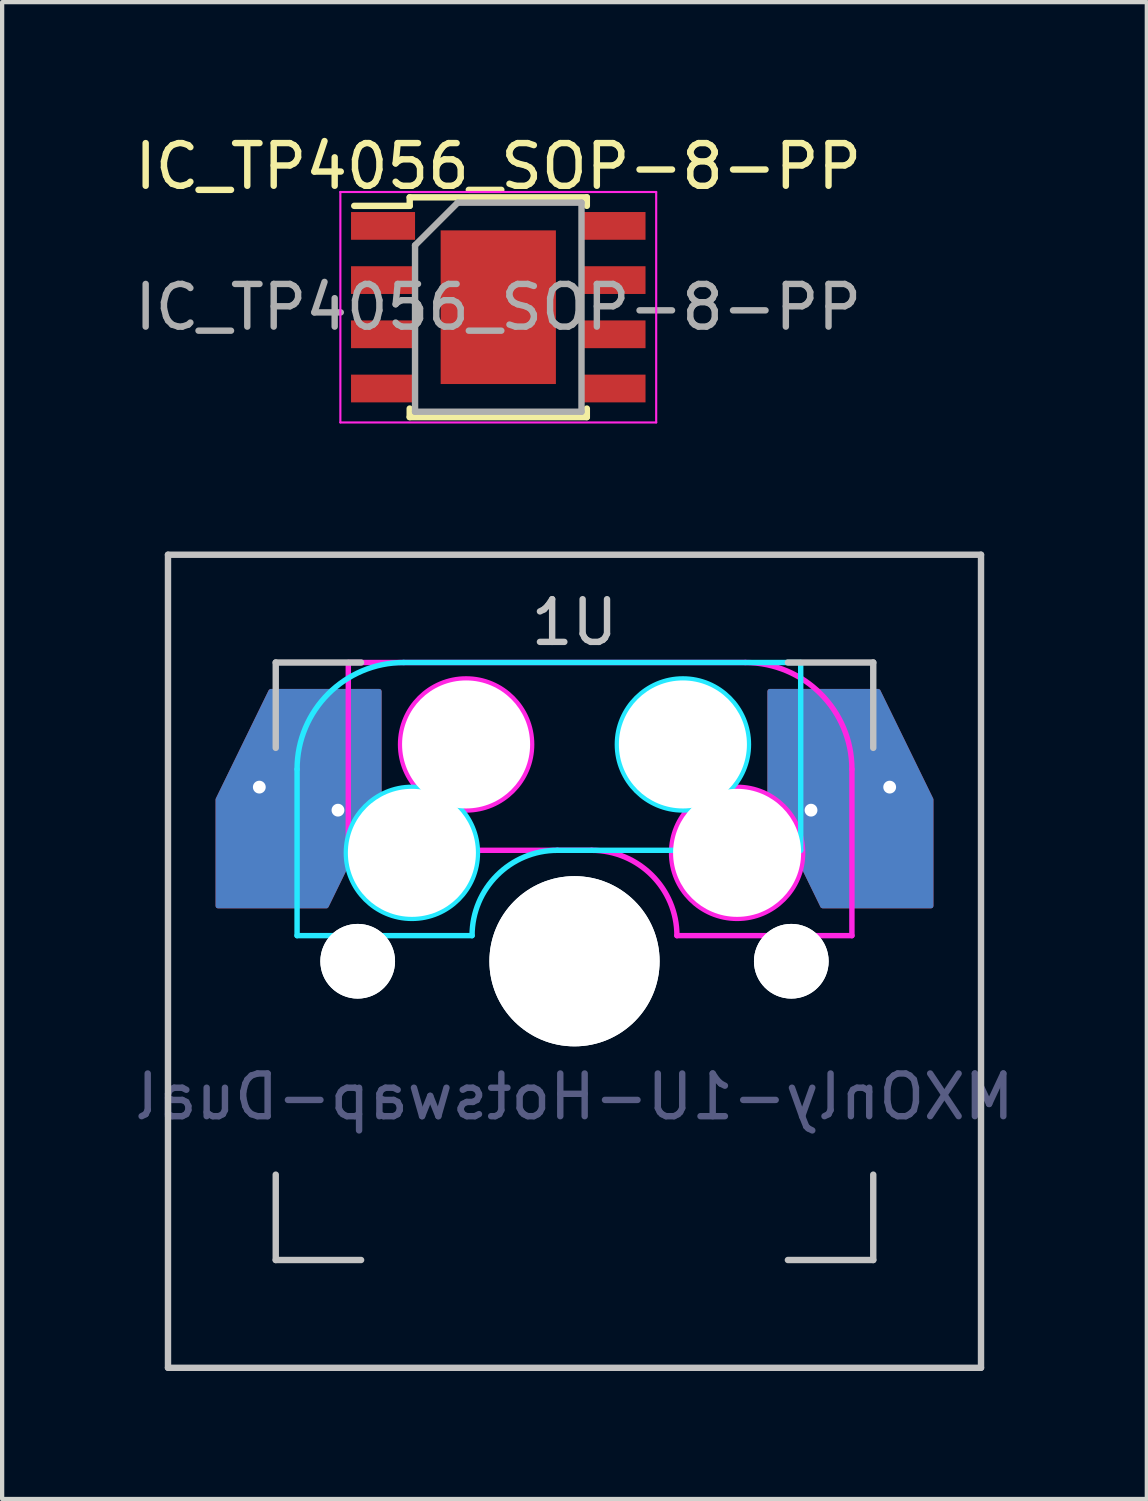
<source format=kicad_pcb>
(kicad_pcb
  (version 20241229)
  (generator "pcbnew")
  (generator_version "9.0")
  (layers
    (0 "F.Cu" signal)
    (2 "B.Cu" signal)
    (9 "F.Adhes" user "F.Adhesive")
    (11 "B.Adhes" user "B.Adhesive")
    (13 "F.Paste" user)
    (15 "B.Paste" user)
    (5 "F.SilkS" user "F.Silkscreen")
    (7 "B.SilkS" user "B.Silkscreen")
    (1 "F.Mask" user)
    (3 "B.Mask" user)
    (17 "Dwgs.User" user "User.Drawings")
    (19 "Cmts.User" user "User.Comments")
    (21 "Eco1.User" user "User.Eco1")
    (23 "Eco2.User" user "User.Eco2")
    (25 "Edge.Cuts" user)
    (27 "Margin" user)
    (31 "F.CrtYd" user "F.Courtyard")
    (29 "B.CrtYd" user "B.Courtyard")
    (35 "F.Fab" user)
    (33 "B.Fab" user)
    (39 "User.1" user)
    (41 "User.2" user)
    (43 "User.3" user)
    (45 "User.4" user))
  (footprint "MXOnly-1U-Hotswap-Dual"
    (layer "F.Cu")
    (at 10.411 19.473)
    (property "Reference" "MXOnly-1U-Hotswap-Dual" (at 0 3.175 0) (layer "B.Fab") (effects (font (size 1 1) (thickness 0.15)) (justify mirror)))
    (attr smd)
    (fp_line (start -9.525 -9.525) (end 9.525 -9.525) (stroke (width 0.15) (type solid)) (layer "Dwgs.User"))
    (fp_line (start -9.525 9.525) (end -9.525 -9.525) (stroke (width 0.15) (type solid)) (layer "Dwgs.User"))
    (fp_line (start -7 -7) (end -7 -5) (stroke (width 0.15) (type solid)) (layer "Dwgs.User"))
    (fp_line (start -7 5) (end -7 7) (stroke (width 0.15) (type solid)) (layer "Dwgs.User"))
    (fp_line (start -7 7) (end -5 7) (stroke (width 0.15) (type solid)) (layer "Dwgs.User"))
    (fp_line (start -5 -7) (end -7 -7) (stroke (width 0.15) (type solid)) (layer "Dwgs.User"))
    (fp_line (start 5 7) (end 7 7) (stroke (width 0.15) (type solid)) (layer "Dwgs.User"))
    (fp_line (start 7 -7) (end 5 -7) (stroke (width 0.15) (type solid)) (layer "Dwgs.User"))
    (fp_line (start 7 -5) (end 7 -7) (stroke (width 0.15) (type solid)) (layer "Dwgs.User"))
    (fp_line (start 7 7) (end 7 5) (stroke (width 0.15) (type solid)) (layer "Dwgs.User"))
    (fp_line (start 9.525 -9.525) (end 9.525 9.525) (stroke (width 0.15) (type solid)) (layer "Dwgs.User"))
    (fp_line (start 9.525 9.525) (end -9.525 9.525) (stroke (width 0.15) (type solid)) (layer "Dwgs.User"))
    (fp_line (start -6.5 -4.5) (end -6.5 -0.6) (stroke (width 0.127) (type solid)) (layer "B.CrtYd"))
    (fp_line (start -6.5 -0.6) (end -2.4 -0.6) (stroke (width 0.127) (type solid)) (layer "B.CrtYd"))
    (fp_line (start -0.4 -2.6) (end 5.3 -2.6) (stroke (width 0.127) (type solid)) (layer "B.CrtYd"))
    (fp_line (start 5.3 -7) (end -4 -7) (stroke (width 0.127) (type solid)) (layer "B.CrtYd"))
    (fp_line (start 5.3 -7) (end 5.3 -2.6) (stroke (width 0.127) (type solid)) (layer "B.CrtYd"))
    (fp_arc (start -6.5 -4.5) (mid -5.767767 -6.267767) (end -4 -7) (stroke (width 0.127) (type solid)) (layer "B.CrtYd"))
    (fp_arc (start -2.4 -0.6) (mid -1.814214 -2.014214) (end -0.4 -2.6) (stroke (width 0.127) (type solid)) (layer "B.CrtYd"))
    (fp_circle (center -3.81 -2.54) (end -3.81 -4.064) (stroke (width 0.15) (type solid)) (fill no) (layer "B.CrtYd"))
    (fp_circle (center 2.54 -5.08) (end 2.54 -6.604) (stroke (width 0.15) (type solid)) (fill no) (layer "B.CrtYd"))
    (fp_line (start -5.3 -7) (end -5.3 -2.6) (stroke (width 0.127) (type solid)) (layer "F.CrtYd"))
    (fp_line (start -5.3 -7) (end 4 -7) (stroke (width 0.127) (type solid)) (layer "F.CrtYd"))
    (fp_line (start 0.4 -2.6) (end -5.3 -2.6) (stroke (width 0.127) (type solid)) (layer "F.CrtYd"))
    (fp_line (start 6.5 -4.5) (end 6.5 -0.6) (stroke (width 0.127) (type solid)) (layer "F.CrtYd"))
    (fp_line (start 6.5 -0.6) (end 2.4 -0.6) (stroke (width 0.127) (type solid)) (layer "F.CrtYd"))
    (fp_arc (start 0.4 -2.6) (mid 1.814214 -2.014214) (end 2.4 -0.6) (stroke (width 0.127) (type solid)) (layer "F.CrtYd"))
    (fp_arc (start 4 -7) (mid 5.767767 -6.267767) (end 6.5 -4.5) (stroke (width 0.127) (type solid)) (layer "F.CrtYd"))
    (fp_circle (center -2.54 -5.08) (end -2.54 -6.604) (stroke (width 0.15) (type solid)) (fill no) (layer "F.CrtYd"))
    (fp_circle (center 3.81 -2.54) (end 3.81 -4.064) (stroke (width 0.15) (type solid)) (fill no) (layer "F.CrtYd"))
    (fp_text user "1U" (at 0 -7.938 180) (layer "Dwgs.User") (effects (font (size 1 1) (thickness 0.15))))
    (pad "" np_thru_hole circle (at -5.08 0 131.9) (size 1.75 1.75) (drill 1.75) (layers "*.Cu" "*.Mask"))
    (pad "" np_thru_hole circle (at -5.08 0 48.1) (size 1.75 1.75) (drill 1.75) (layers "*.Cu" "*.Mask"))
    (pad "" np_thru_hole circle (at -3.81 -2.54) (size 3 3) (drill 3) (layers "*.Cu" "*.Mask"))
    (pad "" np_thru_hole circle (at -2.54 -5.08 180) (size 3 3) (drill 3) (layers "*.Cu" "*.Mask"))
    (pad "" np_thru_hole circle (at 0 0) (size 3.988 3.988) (drill 3.988) (layers "*.Cu" "*.Mask"))
    (pad "" np_thru_hole circle (at 0 0 180) (size 3.988 3.988) (drill 3.988) (layers "*.Cu" "*.Mask"))
    (pad "" np_thru_hole circle (at 2.54 -5.08) (size 3 3) (drill 3) (layers "*.Cu" "*.Mask"))
    (pad "" np_thru_hole circle (at 3.81 -2.54 180) (size 3 3) (drill 3) (layers "*.Cu" "*.Mask"))
    (pad "" np_thru_hole circle (at 5.08 0 48.1) (size 1.75 1.75) (drill 1.75) (layers "*.Cu" "*.Mask"))
    (pad "" np_thru_hole circle (at 5.08 0 131.9) (size 1.75 1.75) (drill 1.75) (layers "*.Cu" "*.Mask"))
    (pad "1" thru_hole circle (at -7.385 -4.08) (size 0.5 0.5) (drill 0.3) (layers "*.Cu" "*.Mask"))
    (pad "1" smd rect (at -7.085 -2.54) (size 2.55 2.5) (layers "B.Cu" "B.Mask" "B.Paste"))
    (pad "1" smd custom (at -7.085 -2.54) (size 2.55 2.5) (layers "F.Cu") (options (anchor rect)) (primitives (gr_poly (pts (xy 2.515 -1.29) (xy 1.275 1.25) (xy -1.275 1.25) (xy -1.275 -1.25) (xy -0.035 -3.79) (xy 2.515 -3.79)) (width 0.1) (fill yes))))
    (pad "1" smd rect (at -5.842 -5.08 180) (size 2.55 2.5) (layers "F.Cu" "F.Mask" "F.Paste"))
    (pad "1" smd custom (at -5.842 -5.08) (size 2.55 2.5) (layers "B.Cu") (options (anchor rect)) (primitives (gr_poly (pts (xy 1.272 1.25) (xy 0.032 3.79) (xy -2.518 3.79) (xy -2.518 1.29) (xy -1.278 -1.25) (xy 1.272 -1.25)) (width 0.1) (fill yes))))
    (pad "1" thru_hole circle (at -5.542 -3.54) (size 0.5 0.5) (drill 0.3) (layers "*.Cu" "*.Mask"))
    (pad "2" thru_hole circle (at 5.542 -3.54 180) (size 0.5 0.5) (drill 0.3) (layers "*.Cu" "*.Mask"))
    (pad "2" smd rect (at 5.842 -5.08) (size 2.55 2.5) (layers "B.Cu" "B.Mask" "B.Paste"))
    (pad "2" smd custom (at 5.842 -5.08) (size 2.55 2.5) (layers "F.Cu") (options (anchor rect)) (primitives (gr_poly (pts (xy -1.272 1.25) (xy -0.032 3.79) (xy 2.518 3.79) (xy 2.518 1.29) (xy 1.278 -1.25) (xy -1.272 -1.25)) (width 0.1) (fill yes))))
    (pad "2" smd rect (at 7.085 -2.54 180) (size 2.55 2.5) (layers "F.Cu" "F.Mask" "F.Paste"))
    (pad "2" smd custom (at 7.085 -2.54) (size 2.55 2.5) (layers "B.Cu") (options (anchor rect)) (primitives (gr_poly (pts (xy -2.515 -1.29) (xy -1.275 1.25) (xy 1.275 1.25) (xy 1.275 -1.25) (xy 0.035 -3.79) (xy -2.515 -3.79)) (width 0.1) (fill yes))))
    (pad "2" thru_hole circle (at 7.385 -4.08 180) (size 0.5 0.5) (drill 0.3) (layers "*.Cu" "*.Mask")))
  (footprint "IC_TP4056_SOP-8-PP"
    (layer "F.Cu")
    (at 8.625 4.148)
    (property "Reference" "IC_TP4056_SOP-8-PP" (at 0 -3.3 0) (layer "F.SilkS") (effects (font (size 1 1) (thickness 0.15))))
    (attr smd)
    (fp_line (start -2.075 -2.575) (end -2.075 -2.375) (stroke (width 0.15) (type solid)) (layer "F.SilkS"))
    (fp_line (start -2.075 -2.575) (end 2.075 -2.575) (stroke (width 0.15) (type solid)) (layer "F.SilkS"))
    (fp_line (start -2.075 -2.375) (end -3.375 -2.375) (stroke (width 0.15) (type solid)) (layer "F.SilkS"))
    (fp_line (start -2.075 2.575) (end -2.075 2.375) (stroke (width 0.15) (type solid)) (layer "F.SilkS"))
    (fp_line (start -2.075 2.575) (end 2.075 2.575) (stroke (width 0.15) (type solid)) (layer "F.SilkS"))
    (fp_line (start 2.075 -2.575) (end 2.075 -2.375) (stroke (width 0.15) (type solid)) (layer "F.SilkS"))
    (fp_line (start 2.075 2.575) (end 2.075 2.375) (stroke (width 0.15) (type solid)) (layer "F.SilkS"))
    (fp_line (start -3.7 -2.7) (end -3.7 2.7) (stroke (width 0.05) (type solid)) (layer "F.CrtYd"))
    (fp_line (start -3.7 -2.7) (end 3.7 -2.7) (stroke (width 0.05) (type solid)) (layer "F.CrtYd"))
    (fp_line (start -3.7 2.7) (end 3.7 2.7) (stroke (width 0.05) (type solid)) (layer "F.CrtYd"))
    (fp_line (start 3.7 -2.7) (end 3.7 2.7) (stroke (width 0.05) (type solid)) (layer "F.CrtYd"))
    (fp_line (start -1.95 -1.45) (end -0.95 -2.45) (stroke (width 0.15) (type solid)) (layer "F.Fab"))
    (fp_line (start -1.95 2.45) (end -1.95 -1.45) (stroke (width 0.15) (type solid)) (layer "F.Fab"))
    (fp_line (start -0.95 -2.45) (end 1.95 -2.45) (stroke (width 0.15) (type solid)) (layer "F.Fab"))
    (fp_line (start 1.95 -2.45) (end 1.95 2.45) (stroke (width 0.15) (type solid)) (layer "F.Fab"))
    (fp_line (start 1.95 2.45) (end -1.95 2.45) (stroke (width 0.15) (type solid)) (layer "F.Fab"))
    (fp_text user "${REFERENCE}" (at 0 0 0) (layer "F.Fab") (effects (font (size 1 1) (thickness 0.15))))
    (pad "1" smd rect (at -2.7 -1.905) (size 1.5 0.65) (layers "F.Cu" "F.Mask" "F.Paste"))
    (pad "2" smd rect (at -2.7 -0.635) (size 1.5 0.65) (layers "F.Cu" "F.Mask" "F.Paste"))
    (pad "3" smd rect (at -2.7 0.635) (size 1.5 0.65) (layers "F.Cu" "F.Mask" "F.Paste"))
    (pad "4" smd rect (at -2.7 1.905) (size 1.5 0.65) (layers "F.Cu" "F.Mask" "F.Paste"))
    (pad "5" smd rect (at 2.7 1.905) (size 1.5 0.65) (layers "F.Cu" "F.Mask" "F.Paste"))
    (pad "6" smd rect (at 2.7 0.635) (size 1.5 0.65) (layers "F.Cu" "F.Mask" "F.Paste"))
    (pad "7" smd rect (at 2.7 -0.635) (size 1.5 0.65) (layers "F.Cu" "F.Mask" "F.Paste"))
    (pad "8" smd rect (at 2.7 -1.905) (size 1.5 0.65) (layers "F.Cu" "F.Mask" "F.Paste"))
    (pad "9" smd rect (at 0 0) (size 2.7 3.6) (layers "F.Cu" "F.Mask" "F.Paste")))
  (gr_rect
    (start -3 -3)
    (end 23.821 32.073)
    (stroke (width 0.1) (type default))
    (fill no)
    (layer "Edge.Cuts")))
</source>
